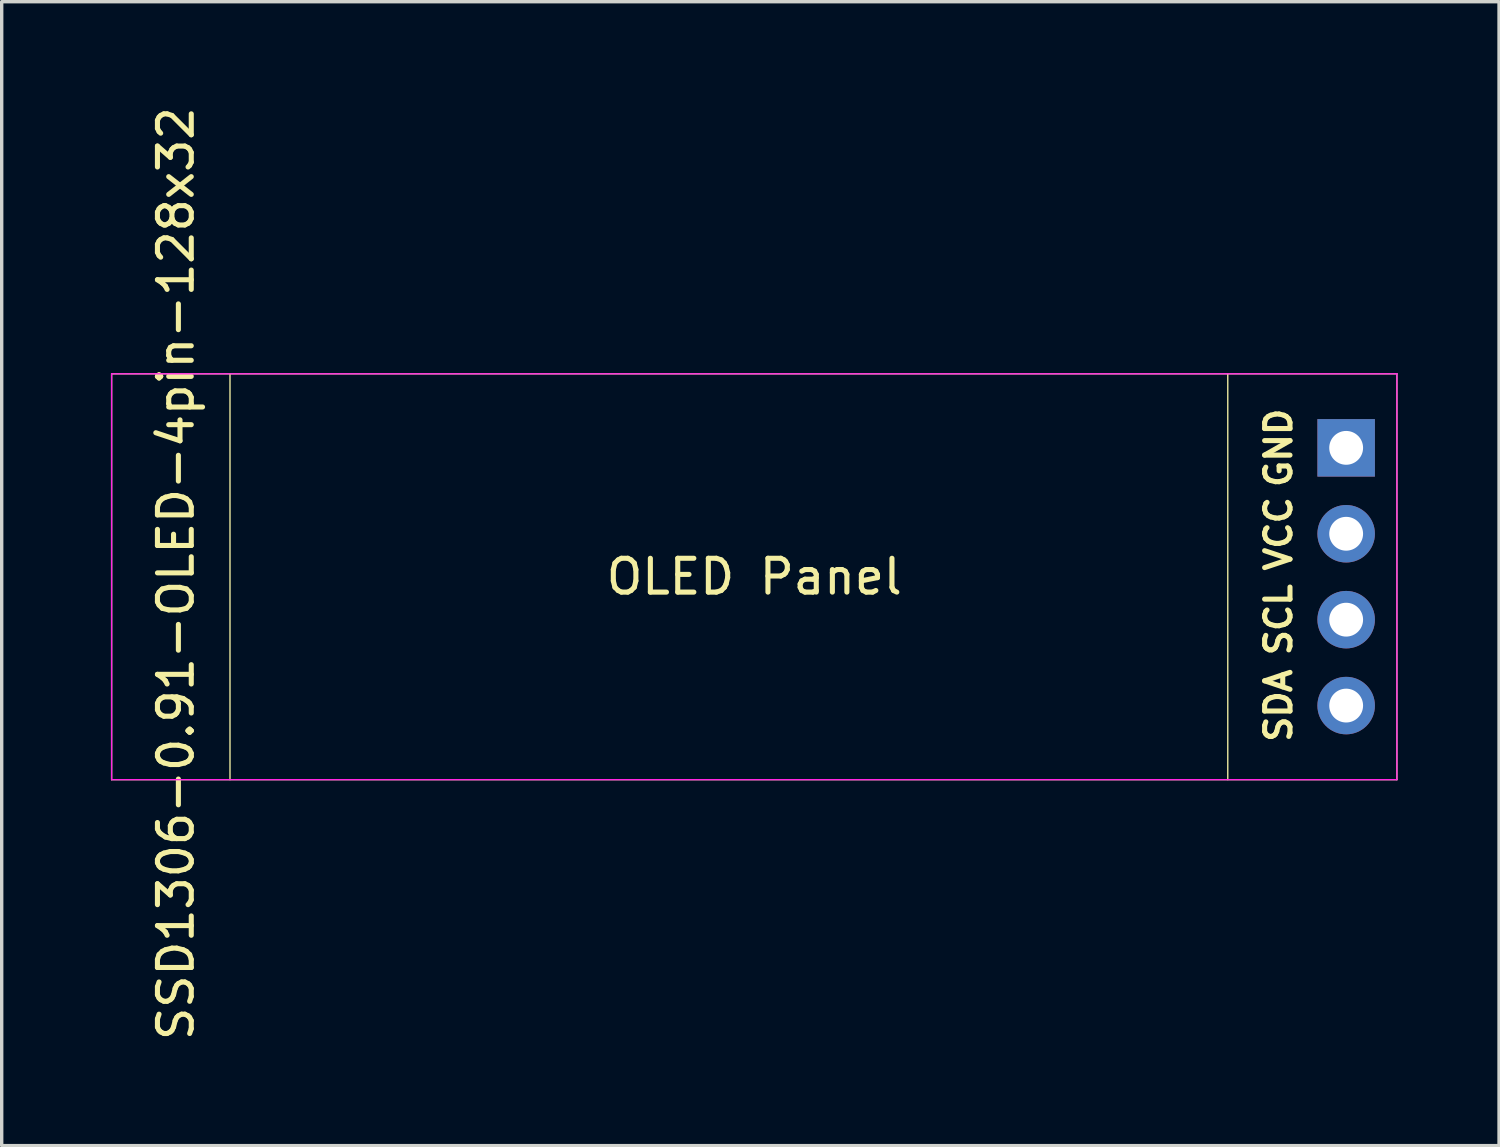
<source format=kicad_pcb>
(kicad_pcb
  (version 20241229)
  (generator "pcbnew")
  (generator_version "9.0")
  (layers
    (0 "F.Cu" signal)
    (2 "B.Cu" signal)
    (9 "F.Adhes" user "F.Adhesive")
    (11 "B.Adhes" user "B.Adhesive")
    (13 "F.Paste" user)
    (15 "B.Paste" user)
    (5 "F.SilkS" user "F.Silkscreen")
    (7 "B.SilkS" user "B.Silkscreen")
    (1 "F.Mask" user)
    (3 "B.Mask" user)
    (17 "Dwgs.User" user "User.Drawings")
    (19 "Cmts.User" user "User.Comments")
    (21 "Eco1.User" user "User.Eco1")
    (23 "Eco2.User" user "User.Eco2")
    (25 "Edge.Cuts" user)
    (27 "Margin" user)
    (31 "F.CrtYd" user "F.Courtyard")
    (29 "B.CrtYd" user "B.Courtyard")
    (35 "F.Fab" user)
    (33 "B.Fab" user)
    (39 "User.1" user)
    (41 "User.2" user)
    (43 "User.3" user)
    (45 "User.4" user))
  (footprint "SSD1306-0.91-OLED-4pin-128x32"
    (layer "F.Cu")
    (at 0.25 8.001)
    (property "Reference" "SSD1306-0.91-OLED-4pin-128x32" (at 1.9 5.91 90) (layer "F.SilkS") (effects (font (size 1 1) (thickness 0.15))))
    (attr through_hole)
    (fp_line (start 0 0) (end 0 12) (stroke (width 0.04) (type solid)) (layer "F.SilkS"))
    (fp_line (start 0 12) (end 38 12) (stroke (width 0.04) (type solid)) (layer "F.SilkS"))
    (fp_line (start 3.5 0) (end 3.5 12) (stroke (width 0.04) (type solid)) (layer "F.SilkS"))
    (fp_line (start 33 0) (end 33 12) (stroke (width 0.04) (type solid)) (layer "F.SilkS"))
    (fp_line (start 38 0) (end 0 0) (stroke (width 0.04) (type solid)) (layer "F.SilkS"))
    (fp_line (start 38 12) (end 38 0) (stroke (width 0.04) (type solid)) (layer "F.SilkS"))
    (fp_line (start 0 0) (end 0 12) (stroke (width 0.04) (type solid)) (layer "F.CrtYd"))
    (fp_line (start 0 12) (end 38 12) (stroke (width 0.04) (type solid)) (layer "F.CrtYd"))
    (fp_line (start 38 0) (end 0 0) (stroke (width 0.04) (type solid)) (layer "F.CrtYd"))
    (fp_line (start 38 12) (end 38 0) (stroke (width 0.04) (type solid)) (layer "F.CrtYd"))
    (fp_text user "GND" (at 34.5 2.19 270) (layer "F.SilkS") (effects (font (size 0.75 0.75) (thickness 0.15))))
    (fp_text user "OLED Panel" (at 19 6 0) (layer "F.SilkS") (effects (font (size 1 1) (thickness 0.15))))
    (fp_text user "SDA" (at 34.5 9.81 270) (layer "F.SilkS") (effects (font (size 0.75 0.75) (thickness 0.15))))
    (fp_text user "SCL" (at 34.5 7.27 270) (layer "F.SilkS") (effects (font (size 0.75 0.75) (thickness 0.15))))
    (fp_text user "VCC" (at 34.5 4.73 270) (layer "F.SilkS") (effects (font (size 0.75 0.75) (thickness 0.15))))
    (pad "1" thru_hole rect (at 36.5 2.19) (size 1.7 1.7) (drill 1) (layers "*.Cu" "*.Mask"))
    (pad "2" thru_hole oval (at 36.5 4.73) (size 1.7 1.7) (drill 1) (layers "*.Cu" "*.Mask"))
    (pad "3" thru_hole oval (at 36.5 7.27) (size 1.7 1.7) (drill 1) (layers "*.Cu" "*.Mask"))
    (pad "4" thru_hole oval (at 36.5 9.81) (size 1.7 1.7) (drill 1) (layers "*.Cu" "*.Mask")))
  (gr_rect
    (start -3 -3)
    (end 41.27 30.821)
    (stroke (width 0.1) (type default))
    (fill no)
    (layer "Edge.Cuts")))
</source>
